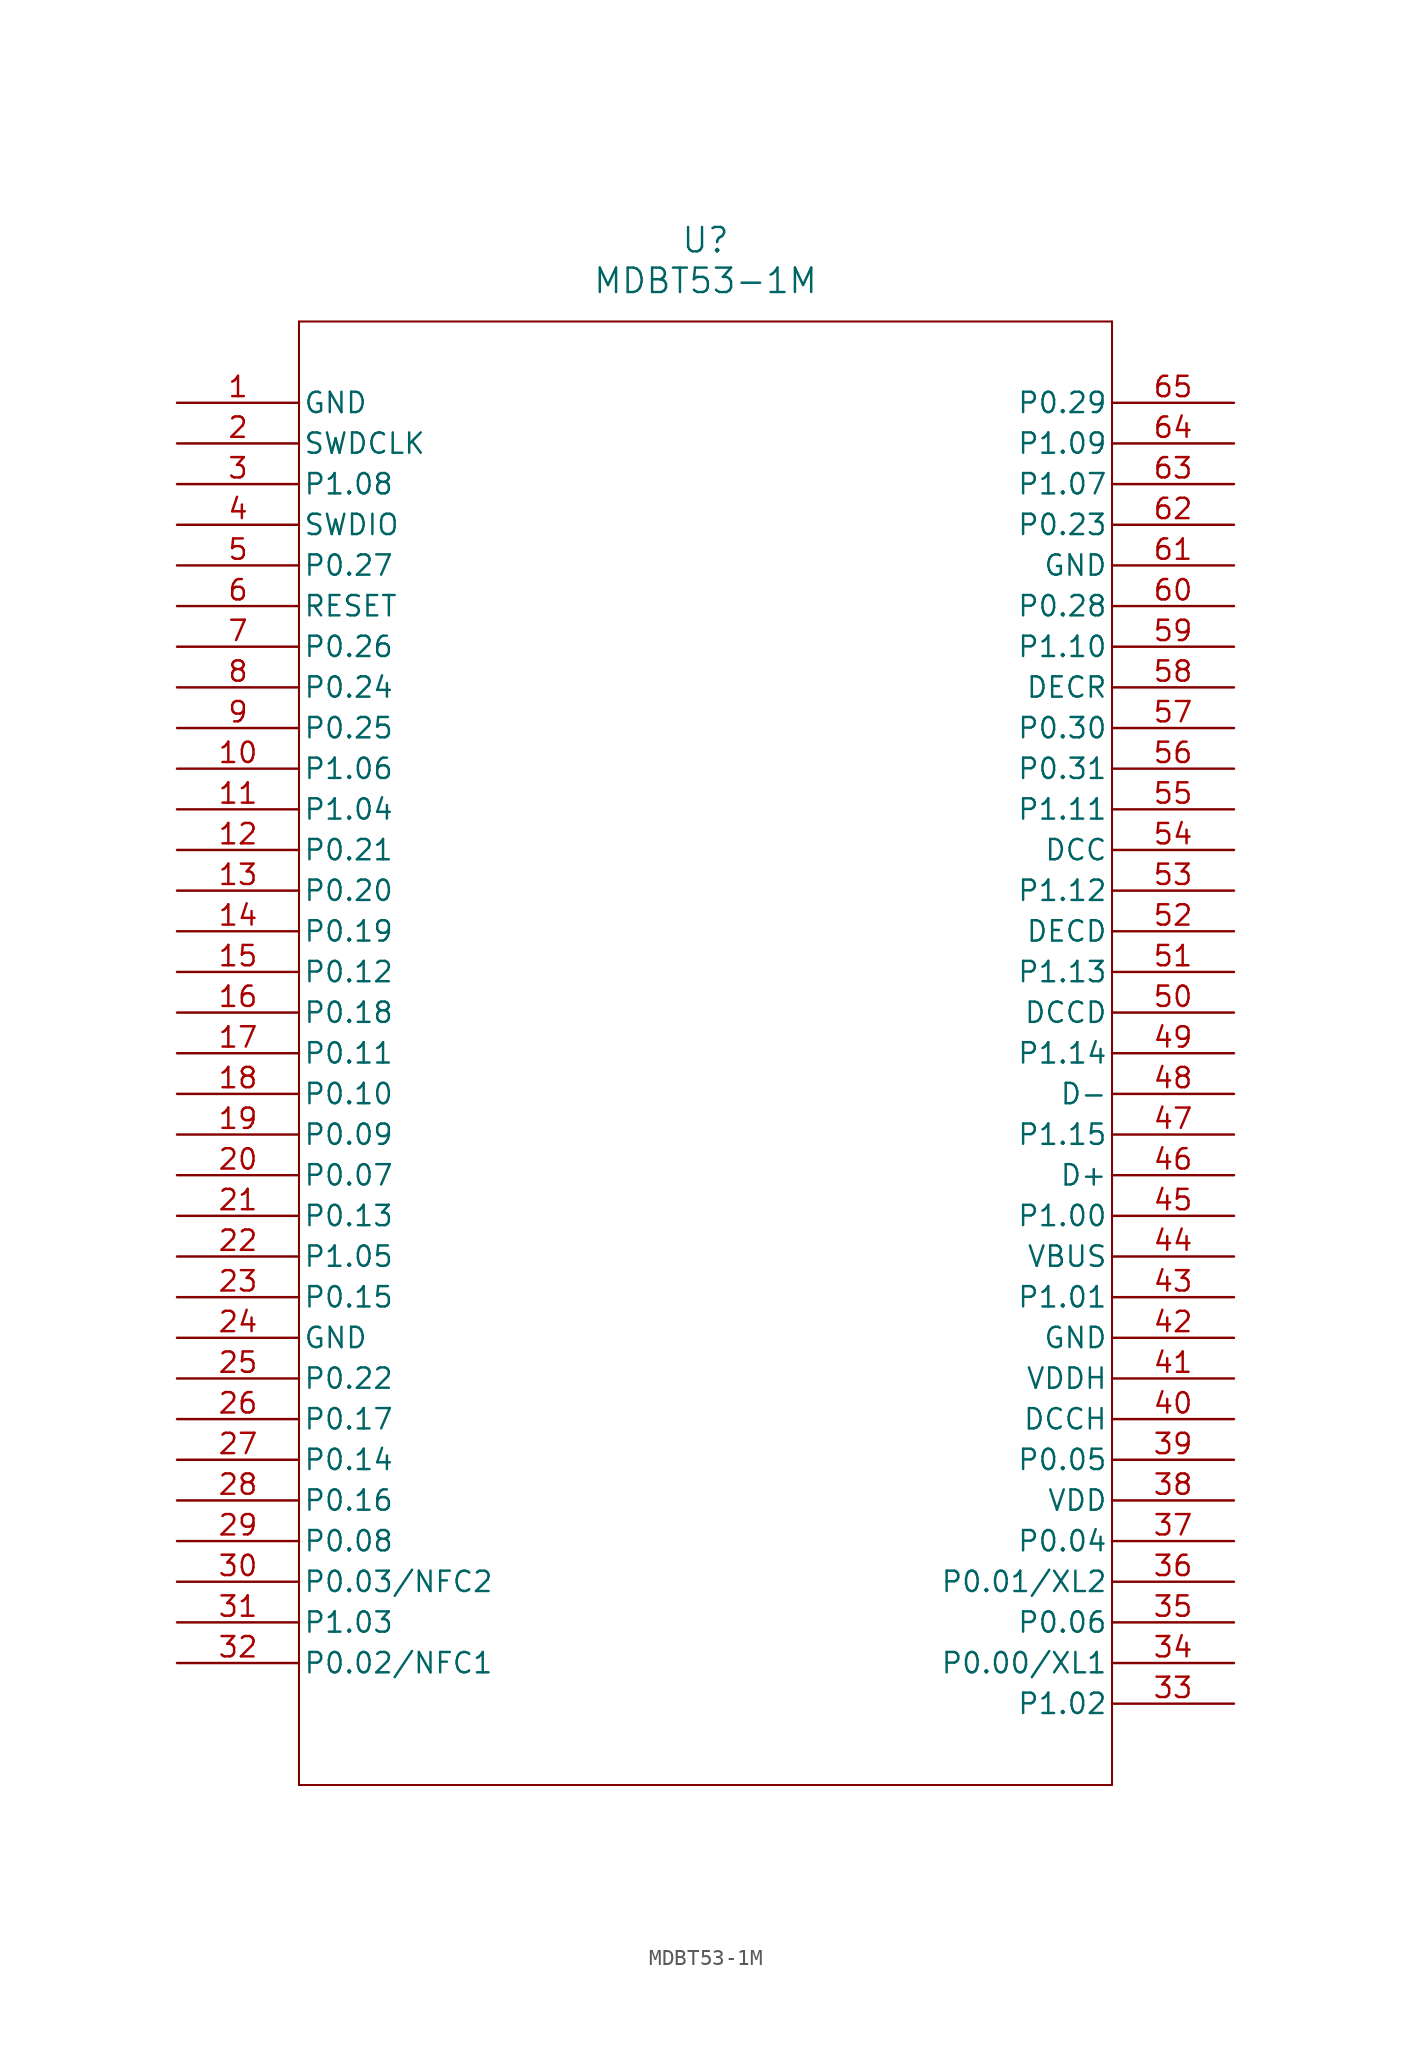
<source format=kicad_sym>
(kicad_symbol_lib
  (version 20211014)
  (generator kicad_symbol_editor)
  (symbol "MDBT53-1M"
    (pin_names
      (offset 0.254))
    (property "Reference" "U"
      (at 33.02 10.16 0)
      (effects (font (size 1.524 1.524))))
    (property "Value" "MDBT53-1M"
      (at 33.02 7.62 0)
      (effects (font (size 1.524 1.524))))
    (symbol "MDBT53-1M_0_1"
      (polyline (pts (xy 7.62 5.08) (xy 7.62 -86.36)) (stroke (width 0.127) (type default) (color 0 0 0 0)) (fill (type none)))
      (polyline (pts (xy 7.62 -86.36) (xy 58.42 -86.36)) (stroke (width 0.127) (type default) (color 0 0 0 0)) (fill (type none)))
      (polyline (pts (xy 58.42 -86.36) (xy 58.42 5.08)) (stroke (width 0.127) (type default) (color 0 0 0 0)) (fill (type none)))
      (polyline (pts (xy 58.42 5.08) (xy 7.62 5.08)) (stroke (width 0.127) (type default) (color 0 0 0 0)) (fill (type none)))
      (pin power_out line (at 0 0 0) (length 7.62) (name "GND" (effects (font (size 1.27 1.27)))) (number "1" (effects (font (size 1.27 1.27)))))
      (pin input line (at 0 -2.54 0) (length 7.62) (name "SWDCLK" (effects (font (size 1.27 1.27)))) (number "2" (effects (font (size 1.27 1.27)))))
      (pin bidirectional line (at 0 -5.08 0) (length 7.62) (name "P1.08" (effects (font (size 1.27 1.27)))) (number "3" (effects (font (size 1.27 1.27)))))
      (pin bidirectional line (at 0 -7.62 0) (length 7.62) (name "SWDIO" (effects (font (size 1.27 1.27)))) (number "4" (effects (font (size 1.27 1.27)))))
      (pin bidirectional line (at 0 -10.16 0) (length 7.62) (name "P0.27" (effects (font (size 1.27 1.27)))) (number "5" (effects (font (size 1.27 1.27)))))
      (pin input line (at 0 -12.7 0) (length 7.62) (name "RESET" (effects (font (size 1.27 1.27)))) (number "6" (effects (font (size 1.27 1.27)))))
      (pin bidirectional line (at 0 -15.24 0) (length 7.62) (name "P0.26" (effects (font (size 1.27 1.27)))) (number "7" (effects (font (size 1.27 1.27)))))
      (pin bidirectional line (at 0 -17.78 0) (length 7.62) (name "P0.24" (effects (font (size 1.27 1.27)))) (number "8" (effects (font (size 1.27 1.27)))))
      (pin bidirectional line (at 0 -20.32 0) (length 7.62) (name "P0.25" (effects (font (size 1.27 1.27)))) (number "9" (effects (font (size 1.27 1.27)))))
      (pin bidirectional line (at 0 -22.86 0) (length 7.62) (name "P1.06" (effects (font (size 1.27 1.27)))) (number "10" (effects (font (size 1.27 1.27)))))
      (pin bidirectional line (at 0 -25.4 0) (length 7.62) (name "P1.04" (effects (font (size 1.27 1.27)))) (number "11" (effects (font (size 1.27 1.27)))))
      (pin bidirectional line (at 0 -27.94 0) (length 7.62) (name "P0.21" (effects (font (size 1.27 1.27)))) (number "12" (effects (font (size 1.27 1.27)))))
      (pin bidirectional line (at 0 -30.48 0) (length 7.62) (name "P0.20" (effects (font (size 1.27 1.27)))) (number "13" (effects (font (size 1.27 1.27)))))
      (pin bidirectional line (at 0 -33.02 0) (length 7.62) (name "P0.19" (effects (font (size 1.27 1.27)))) (number "14" (effects (font (size 1.27 1.27)))))
      (pin bidirectional line (at 0 -35.56 0) (length 7.62) (name "P0.12" (effects (font (size 1.27 1.27)))) (number "15" (effects (font (size 1.27 1.27)))))
      (pin bidirectional line (at 0 -38.1 0) (length 7.62) (name "P0.18" (effects (font (size 1.27 1.27)))) (number "16" (effects (font (size 1.27 1.27)))))
      (pin bidirectional line (at 0 -40.64 0) (length 7.62) (name "P0.11" (effects (font (size 1.27 1.27)))) (number "17" (effects (font (size 1.27 1.27)))))
      (pin bidirectional line (at 0 -43.18 0) (length 7.62) (name "P0.10" (effects (font (size 1.27 1.27)))) (number "18" (effects (font (size 1.27 1.27)))))
      (pin bidirectional line (at 0 -45.72 0) (length 7.62) (name "P0.09" (effects (font (size 1.27 1.27)))) (number "19" (effects (font (size 1.27 1.27)))))
      (pin bidirectional line (at 0 -48.26 0) (length 7.62) (name "P0.07" (effects (font (size 1.27 1.27)))) (number "20" (effects (font (size 1.27 1.27)))))
      (pin bidirectional line (at 0 -50.8 0) (length 7.62) (name "P0.13" (effects (font (size 1.27 1.27)))) (number "21" (effects (font (size 1.27 1.27)))))
      (pin bidirectional line (at 0 -53.34 0) (length 7.62) (name "P1.05" (effects (font (size 1.27 1.27)))) (number "22" (effects (font (size 1.27 1.27)))))
      (pin bidirectional line (at 0 -55.88 0) (length 7.62) (name "P0.15" (effects (font (size 1.27 1.27)))) (number "23" (effects (font (size 1.27 1.27)))))
      (pin power_out line (at 0 -58.42 0) (length 7.62) (name "GND" (effects (font (size 1.27 1.27)))) (number "24" (effects (font (size 1.27 1.27)))))
      (pin bidirectional line (at 0 -60.96 0) (length 7.62) (name "P0.22" (effects (font (size 1.27 1.27)))) (number "25" (effects (font (size 1.27 1.27)))))
      (pin bidirectional line (at 0 -63.5 0) (length 7.62) (name "P0.17" (effects (font (size 1.27 1.27)))) (number "26" (effects (font (size 1.27 1.27)))))
      (pin bidirectional line (at 0 -66.04 0) (length 7.62) (name "P0.14" (effects (font (size 1.27 1.27)))) (number "27" (effects (font (size 1.27 1.27)))))
      (pin bidirectional line (at 0 -68.58 0) (length 7.62) (name "P0.16" (effects (font (size 1.27 1.27)))) (number "28" (effects (font (size 1.27 1.27)))))
      (pin bidirectional line (at 0 -71.12 0) (length 7.62) (name "P0.08" (effects (font (size 1.27 1.27)))) (number "29" (effects (font (size 1.27 1.27)))))
      (pin bidirectional line (at 0 -73.66 0) (length 7.62) (name "P0.03/NFC2" (effects (font (size 1.27 1.27)))) (number "30" (effects (font (size 1.27 1.27)))))
      (pin bidirectional line (at 0 -76.2 0) (length 7.62) (name "P1.03" (effects (font (size 1.27 1.27)))) (number "31" (effects (font (size 1.27 1.27)))))
      (pin bidirectional line (at 0 -78.74 0) (length 7.62) (name "P0.02/NFC1" (effects (font (size 1.27 1.27)))) (number "32" (effects (font (size 1.27 1.27)))))
      (pin bidirectional line (at 66.04 -81.28 180) (length 7.62) (name "P1.02" (effects (font (size 1.27 1.27)))) (number "33" (effects (font (size 1.27 1.27)))))
      (pin bidirectional line (at 66.04 -78.74 180) (length 7.62) (name "P0.00/XL1" (effects (font (size 1.27 1.27)))) (number "34" (effects (font (size 1.27 1.27)))))
      (pin bidirectional line (at 66.04 -76.2 180) (length 7.62) (name "P0.06" (effects (font (size 1.27 1.27)))) (number "35" (effects (font (size 1.27 1.27)))))
      (pin bidirectional line (at 66.04 -73.66 180) (length 7.62) (name "P0.01/XL2" (effects (font (size 1.27 1.27)))) (number "36" (effects (font (size 1.27 1.27)))))
      (pin bidirectional line (at 66.04 -71.12 180) (length 7.62) (name "P0.04" (effects (font (size 1.27 1.27)))) (number "37" (effects (font (size 1.27 1.27)))))
      (pin power_in line (at 66.04 -68.58 180) (length 7.62) (name "VDD" (effects (font (size 1.27 1.27)))) (number "38" (effects (font (size 1.27 1.27)))))
      (pin bidirectional line (at 66.04 -66.04 180) (length 7.62) (name "P0.05" (effects (font (size 1.27 1.27)))) (number "39" (effects (font (size 1.27 1.27)))))
      (pin power_in line (at 66.04 -63.5 180) (length 7.62) (name "DCCH" (effects (font (size 1.27 1.27)))) (number "40" (effects (font (size 1.27 1.27)))))
      (pin power_in line (at 66.04 -60.96 180) (length 7.62) (name "VDDH" (effects (font (size 1.27 1.27)))) (number "41" (effects (font (size 1.27 1.27)))))
      (pin power_out line (at 66.04 -58.42 180) (length 7.62) (name "GND" (effects (font (size 1.27 1.27)))) (number "42" (effects (font (size 1.27 1.27)))))
      (pin bidirectional line (at 66.04 -55.88 180) (length 7.62) (name "P1.01" (effects (font (size 1.27 1.27)))) (number "43" (effects (font (size 1.27 1.27)))))
      (pin power_in line (at 66.04 -53.34 180) (length 7.62) (name "VBUS" (effects (font (size 1.27 1.27)))) (number "44" (effects (font (size 1.27 1.27)))))
      (pin bidirectional line (at 66.04 -50.8 180) (length 7.62) (name "P1.00" (effects (font (size 1.27 1.27)))) (number "45" (effects (font (size 1.27 1.27)))))
      (pin unspecified line (at 66.04 -48.26 180) (length 7.62) (name "D+" (effects (font (size 1.27 1.27)))) (number "46" (effects (font (size 1.27 1.27)))))
      (pin bidirectional line (at 66.04 -45.72 180) (length 7.62) (name "P1.15" (effects (font (size 1.27 1.27)))) (number "47" (effects (font (size 1.27 1.27)))))
      (pin unspecified line (at 66.04 -43.18 180) (length 7.62) (name "D-" (effects (font (size 1.27 1.27)))) (number "48" (effects (font (size 1.27 1.27)))))
      (pin bidirectional line (at 66.04 -40.64 180) (length 7.62) (name "P1.14" (effects (font (size 1.27 1.27)))) (number "49" (effects (font (size 1.27 1.27)))))
      (pin power_in line (at 66.04 -38.1 180) (length 7.62) (name "DCCD" (effects (font (size 1.27 1.27)))) (number "50" (effects (font (size 1.27 1.27)))))
      (pin bidirectional line (at 66.04 -35.56 180) (length 7.62) (name "P1.13" (effects (font (size 1.27 1.27)))) (number "51" (effects (font (size 1.27 1.27)))))
      (pin power_in line (at 66.04 -33.02 180) (length 7.62) (name "DECD" (effects (font (size 1.27 1.27)))) (number "52" (effects (font (size 1.27 1.27)))))
      (pin bidirectional line (at 66.04 -30.48 180) (length 7.62) (name "P1.12" (effects (font (size 1.27 1.27)))) (number "53" (effects (font (size 1.27 1.27)))))
      (pin power_in line (at 66.04 -27.94 180) (length 7.62) (name "DCC" (effects (font (size 1.27 1.27)))) (number "54" (effects (font (size 1.27 1.27)))))
      (pin bidirectional line (at 66.04 -25.4 180) (length 7.62) (name "P1.11" (effects (font (size 1.27 1.27)))) (number "55" (effects (font (size 1.27 1.27)))))
      (pin bidirectional line (at 66.04 -22.86 180) (length 7.62) (name "P0.31" (effects (font (size 1.27 1.27)))) (number "56" (effects (font (size 1.27 1.27)))))
      (pin bidirectional line (at 66.04 -20.32 180) (length 7.62) (name "P0.30" (effects (font (size 1.27 1.27)))) (number "57" (effects (font (size 1.27 1.27)))))
      (pin power_in line (at 66.04 -17.78 180) (length 7.62) (name "DECR" (effects (font (size 1.27 1.27)))) (number "58" (effects (font (size 1.27 1.27)))))
      (pin bidirectional line (at 66.04 -15.24 180) (length 7.62) (name "P1.10" (effects (font (size 1.27 1.27)))) (number "59" (effects (font (size 1.27 1.27)))))
      (pin bidirectional line (at 66.04 -12.7 180) (length 7.62) (name "P0.28" (effects (font (size 1.27 1.27)))) (number "60" (effects (font (size 1.27 1.27)))))
      (pin power_out line (at 66.04 -10.16 180) (length 7.62) (name "GND" (effects (font (size 1.27 1.27)))) (number "61" (effects (font (size 1.27 1.27)))))
      (pin bidirectional line (at 66.04 -7.62 180) (length 7.62) (name "P0.23" (effects (font (size 1.27 1.27)))) (number "62" (effects (font (size 1.27 1.27)))))
      (pin bidirectional line (at 66.04 -5.08 180) (length 7.62) (name "P1.07" (effects (font (size 1.27 1.27)))) (number "63" (effects (font (size 1.27 1.27)))))
      (pin bidirectional line (at 66.04 -2.54 180) (length 7.62) (name "P1.09" (effects (font (size 1.27 1.27)))) (number "64" (effects (font (size 1.27 1.27)))))
      (pin bidirectional line (at 66.04 0 180) (length 7.62) (name "P0.29" (effects (font (size 1.27 1.27)))) (number "65" (effects (font (size 1.27 1.27))))))))
</source>
